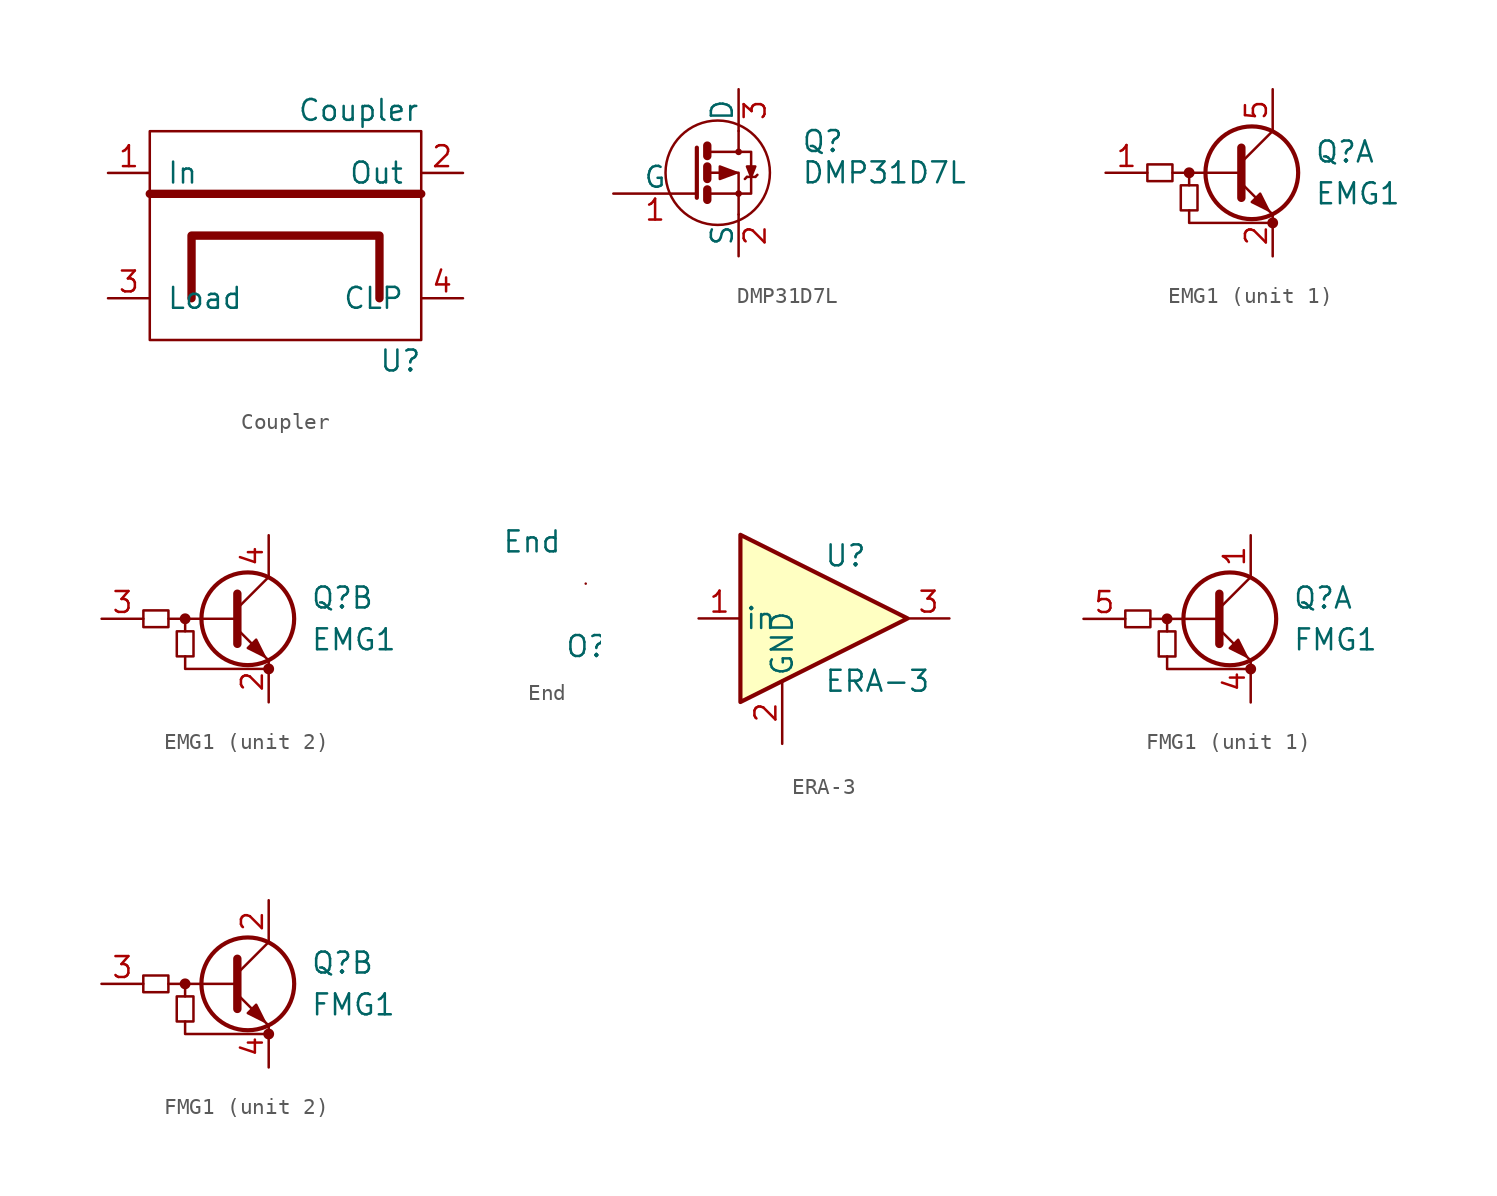
<source format=kicad_sym>
(kicad_symbol_lib
  (version 20211014)
  (generator kicad_symbol_editor)
  (symbol "Coupler"
    (pin_names
      (offset 1.016))
    (property "Reference" "U"
      (at 6.35 -7.62 0)
      (effects (font (size 1.27 1.27))))
    (property "Value" "Coupler"
      (at 3.81 7.62 0)
      (effects (font (size 1.27 1.27))))
    (symbol "Coupler_0_1"
      (rectangle (start -8.89 6.35) (end 7.62 -6.35) (stroke (width 0) (type default) (color 0 0 0 0)) (fill (type none)))
      (polyline (pts (xy -8.89 2.54) (xy 7.62 2.54)) (stroke (width 0.508) (type default) (color 0 0 0 0)) (fill (type outline)))
      (polyline (pts (xy -6.35 -3.81) (xy -6.35 0) (xy 5.08 0) (xy 5.08 -3.81)) (stroke (width 0.508) (type default) (color 0 0 0 0)) (fill (type none))))
    (symbol "Coupler_1_1"
      (pin input line (at -11.43 3.81 0) (length 2.54) (name "In" (effects (font (size 1.27 1.27)))) (number "1" (effects (font (size 1.27 1.27)))))
      (pin input line (at 10.16 3.81 180) (length 2.54) (name "Out" (effects (font (size 1.27 1.27)))) (number "2" (effects (font (size 1.27 1.27)))))
      (pin input line (at -11.43 -3.81 0) (length 2.54) (name "Load" (effects (font (size 1.27 1.27)))) (number "3" (effects (font (size 1.27 1.27)))))
      (pin input line (at 10.16 -3.81 180) (length 2.54) (name "CLP" (effects (font (size 1.27 1.27)))) (number "4" (effects (font (size 1.27 1.27)))))))
  (symbol "DMP31D7L"
    (pin_names
      (offset 0))
    (property "Reference" "Q"
      (at 6.35 1.905 0)
      (effects (font (size 1.27 1.27)) (justify left)))
    (property "Value" "DMP31D7L"
      (at 6.35 0 0)
      (effects (font (size 1.27 1.27)) (justify left)))
    (symbol "DMP31D7L_0_1"
      (polyline (pts (xy 0.635 -1.016) (xy 0.635 -1.651)) (stroke (width 0.508) (type default) (color 0 0 0 0)) (fill (type none)))
      (polyline (pts (xy 0.635 0.381) (xy 0.635 -0.381)) (stroke (width 0.508) (type default) (color 0 0 0 0)) (fill (type none)))
      (polyline (pts (xy 0.635 1.651) (xy 0.635 1.016)) (stroke (width 0.508) (type default) (color 0 0 0 0)) (fill (type none)))
      (polyline (pts (xy 3.048 -0.254) (xy 2.921 -0.381)) (stroke (width 0) (type default) (color 0 0 0 0)) (fill (type none)))
      (polyline (pts (xy 3.556 -0.254) (xy 3.048 -0.254)) (stroke (width 0) (type default) (color 0 0 0 0)) (fill (type none)))
      (polyline (pts (xy 3.556 -0.254) (xy 3.683 -0.127)) (stroke (width 0) (type default) (color 0 0 0 0)) (fill (type none)))
      (polyline (pts (xy 0 1.524) (xy 0 -1.524) (xy 0 -1.524)) (stroke (width 0.254) (type default) (color 0 0 0 0)) (fill (type none)))
      (polyline (pts (xy 0.762 -1.27) (xy 2.54 -1.27) (xy 2.54 -2.54) (xy 2.54 -2.54)) (stroke (width 0) (type default) (color 0 0 0 0)) (fill (type none)))
      (polyline (pts (xy 0.762 0) (xy 2.54 0) (xy 2.54 -1.27) (xy 2.54 -1.27)) (stroke (width 0) (type default) (color 0 0 0 0)) (fill (type none)))
      (polyline (pts (xy 0.762 1.27) (xy 2.54 1.27) (xy 2.54 2.54) (xy 2.54 2.54)) (stroke (width 0) (type default) (color 0 0 0 0)) (fill (type none)))
      (polyline (pts (xy 1.397 0.381) (xy 1.397 -0.381) (xy 2.413 0) (xy 1.397 0.381)) (stroke (width 0) (type default) (color 0 0 0 0)) (fill (type outline)))
      (polyline (pts (xy 2.54 1.27) (xy 3.302 1.27) (xy 3.302 -1.27) (xy 2.54 -1.27)) (stroke (width 0) (type default) (color 0 0 0 0)) (fill (type none)))
      (polyline (pts (xy 3.302 -0.254) (xy 3.556 0.381) (xy 3.048 0.381) (xy 3.302 -0.254)) (stroke (width 0) (type default) (color 0 0 0 0)) (fill (type outline)))
      (circle (center 1.27 0) (radius 3.175) (stroke (width 0) (type default) (color 0 0 0 0)) (fill (type none)))
      (circle (center 2.54 -1.27) (radius 0.127) (stroke (width 0) (type default) (color 0 0 0 0)) (fill (type none)))
      (circle (center 2.54 1.27) (radius 0.127) (stroke (width 0) (type default) (color 0 0 0 0)) (fill (type none))))
    (symbol "DMP31D7L_1_1"
      (pin input line (at -5.08 -1.27 0) (length 5.08) (name "G" (effects (font (size 1.27 1.27)))) (number "1" (effects (font (size 1.27 1.27)))))
      (pin passive line (at 2.54 -5.08 90) (length 2.54) (name "S" (effects (font (size 1.27 1.27)))) (number "2" (effects (font (size 1.27 1.27)))))
      (pin passive line (at 2.54 5.08 270) (length 2.54) (name "D" (effects (font (size 1.27 1.27)))) (number "3" (effects (font (size 1.27 1.27)))))))
  (symbol "EMG1"
    (pin_names hide)
    (property "Reference" "Q"
      (at 3.81 1.27 0)
      (effects (font (size 1.27 1.27)) (justify left)))
    (property "Value" "EMG1"
      (at 3.81 -1.27 0)
      (effects (font (size 1.27 1.27)) (justify left)))
    (symbol "EMG1_0_1"
      (rectangle (start -6.35 0.508) (end -4.826 -0.508) (stroke (width 0) (type default) (color 0 0 0 0)) (fill (type none)))
      (rectangle (start -4.318 -2.286) (end -3.302 -0.762) (stroke (width 0) (type default) (color 0 0 0 0)) (fill (type none)))
      (circle (center -3.81 0) (radius 0.254) (stroke (width 0) (type default) (color 0 0 0 0)) (fill (type outline)))
      (polyline (pts (xy -3.81 -0.762) (xy -3.81 0)) (stroke (width 0) (type default) (color 0 0 0 0)) (fill (type none)))
      (polyline (pts (xy -0.762 0) (xy -4.826 0)) (stroke (width 0) (type default) (color 0 0 0 0)) (fill (type none)))
      (polyline (pts (xy -0.635 1.524) (xy -0.635 -1.524)) (stroke (width 0.508) (type default) (color 0 0 0 0)) (fill (type none)))
      (polyline (pts (xy -3.81 -2.286) (xy -3.81 -3.048) (xy 1.27 -3.048)) (stroke (width 0) (type default) (color 0 0 0 0)) (fill (type none)))
      (circle (center 1.27 -3.048) (radius 0.254) (stroke (width 0) (type default) (color 0 0 0 0)) (fill (type outline))))
    (symbol "EMG1_1_1"
      (polyline (pts (xy -0.635 0.635) (xy 1.27 2.54)) (stroke (width 0) (type default) (color 0 0 0 0)) (fill (type none)))
      (polyline (pts (xy -0.635 -0.635) (xy 1.27 -2.54) (xy 1.27 -2.54)) (stroke (width 0) (type default) (color 0 0 0 0)) (fill (type none)))
      (polyline (pts (xy 0 -1.778) (xy 0.508 -1.27) (xy 1.016 -2.286) (xy 0 -1.778) (xy 0 -1.778)) (stroke (width 0) (type default) (color 0 0 0 0)) (fill (type outline)))
      (circle (center 0 0) (radius 2.819) (stroke (width 0.254) (type default) (color 0 0 0 0)) (fill (type none)))
      (pin input line (at -8.89 0 0) (length 2.54) (name "B1" (effects (font (size 1.27 1.27)))) (number "1" (effects (font (size 1.27 1.27)))))
      (pin passive line (at 1.27 -5.08 90) (length 2.54) (name "E1" (effects (font (size 1.27 1.27)))) (number "2" (effects (font (size 1.27 1.27)))))
      (pin passive line (at 1.27 5.08 270) (length 2.54) (name "C1" (effects (font (size 1.27 1.27)))) (number "5" (effects (font (size 1.27 1.27))))))
    (symbol "EMG1_2_1"
      (polyline (pts (xy -0.635 0.635) (xy 1.27 2.54)) (stroke (width 0) (type default) (color 0 0 0 0)) (fill (type none)))
      (polyline (pts (xy -0.635 -0.635) (xy 1.27 -2.54) (xy 1.27 -2.54)) (stroke (width 0) (type default) (color 0 0 0 0)) (fill (type none)))
      (polyline (pts (xy 0 -1.778) (xy 0.508 -1.27) (xy 1.016 -2.286) (xy 0 -1.778) (xy 0 -1.778)) (stroke (width 0) (type default) (color 0 0 0 0)) (fill (type outline)))
      (circle (center 0 0) (radius 2.819) (stroke (width 0.254) (type default) (color 0 0 0 0)) (fill (type none)))
      (pin passive line (at 1.27 -5.08 90) (length 2.54) (name "E1" (effects (font (size 1.27 1.27)))) (number "2" (effects (font (size 1.27 1.27)))))
      (pin input line (at -8.89 0 0) (length 2.54) (name "B1" (effects (font (size 1.27 1.27)))) (number "3" (effects (font (size 1.27 1.27)))))
      (pin passive line (at 1.27 5.08 270) (length 2.54) (name "C1" (effects (font (size 1.27 1.27)))) (number "4" (effects (font (size 1.27 1.27)))))))
  (symbol "End"
    (pin_numbers hide)
    (pin_names
      (offset 0) hide)
    (property "Reference" "O"
      (at -1.27 -3.81 0)
      (effects (font (size 1.27 1.27)) (justify left)))
    (property "Value" "End"
      (at -5.08 2.54 0)
      (effects (font (size 1.27 1.27)) (justify left)))
    (symbol "End_1_1"
      (pin passive line (at 0 0 180) (length 0) (name "+" (effects (font (size 1.27 1.27)))) (number "1" (effects (font (size 1.27 1.27)))))))
  (symbol "ERA-3"
    (pin_names
      (offset 0.254))
    (property "Reference" "U"
      (at 0 3.81 0)
      (effects (font (size 1.27 1.27)) (justify left)))
    (property "Value" "ERA-3"
      (at 0 -3.81 0)
      (effects (font (size 1.27 1.27)) (justify left)))
    (symbol "ERA-3_0_1"
      (polyline (pts (xy -5.08 5.08) (xy 5.08 0) (xy -5.08 -5.08) (xy -5.08 5.08)) (stroke (width 0.254) (type default) (color 0 0 0 0)) (fill (type background)))
      (pin power_in line (at -2.54 -7.62 90) (length 3.81) (name "GND" (effects (font (size 1.27 1.27)))) (number "2" (effects (font (size 1.27 1.27))))))
    (symbol "ERA-3_1_1"
      (pin input line (at -7.62 0 0) (length 2.54) (name "in" (effects (font (size 1.27 1.27)))) (number "1" (effects (font (size 1.27 1.27)))))
      (pin output line (at 7.62 0 180) (length 2.54) (name "~" (effects (font (size 1.27 1.27)))) (number "3" (effects (font (size 1.27 1.27)))))))
  (symbol "FMG1"
    (pin_names hide)
    (property "Reference" "Q"
      (at 3.81 1.27 0)
      (effects (font (size 1.27 1.27)) (justify left)))
    (property "Value" "FMG1"
      (at 3.81 -1.27 0)
      (effects (font (size 1.27 1.27)) (justify left)))
    (symbol "FMG1_0_1"
      (rectangle (start -6.35 0.508) (end -4.826 -0.508) (stroke (width 0) (type default) (color 0 0 0 0)) (fill (type none)))
      (rectangle (start -4.318 -2.286) (end -3.302 -0.762) (stroke (width 0) (type default) (color 0 0 0 0)) (fill (type none)))
      (circle (center -3.81 0) (radius 0.254) (stroke (width 0) (type default) (color 0 0 0 0)) (fill (type outline)))
      (polyline (pts (xy -3.81 -0.762) (xy -3.81 0)) (stroke (width 0) (type default) (color 0 0 0 0)) (fill (type none)))
      (polyline (pts (xy -0.762 0) (xy -4.826 0)) (stroke (width 0) (type default) (color 0 0 0 0)) (fill (type none)))
      (polyline (pts (xy -0.635 1.524) (xy -0.635 -1.524)) (stroke (width 0.508) (type default) (color 0 0 0 0)) (fill (type none)))
      (polyline (pts (xy -3.81 -2.286) (xy -3.81 -3.048) (xy 1.27 -3.048)) (stroke (width 0) (type default) (color 0 0 0 0)) (fill (type none)))
      (circle (center 1.27 -3.048) (radius 0.254) (stroke (width 0) (type default) (color 0 0 0 0)) (fill (type outline))))
    (symbol "FMG1_1_1"
      (polyline (pts (xy -0.635 0.635) (xy 1.27 2.54)) (stroke (width 0) (type default) (color 0 0 0 0)) (fill (type none)))
      (polyline (pts (xy -0.635 -0.635) (xy 1.27 -2.54) (xy 1.27 -2.54)) (stroke (width 0) (type default) (color 0 0 0 0)) (fill (type none)))
      (polyline (pts (xy 0 -1.778) (xy 0.508 -1.27) (xy 1.016 -2.286) (xy 0 -1.778) (xy 0 -1.778)) (stroke (width 0) (type default) (color 0 0 0 0)) (fill (type outline)))
      (circle (center 0 0) (radius 2.819) (stroke (width 0.254) (type default) (color 0 0 0 0)) (fill (type none)))
      (pin passive line (at 1.27 5.08 270) (length 2.54) (name "C1" (effects (font (size 1.27 1.27)))) (number "1" (effects (font (size 1.27 1.27)))))
      (pin passive line (at 1.27 -5.08 90) (length 2.54) (name "E1" (effects (font (size 1.27 1.27)))) (number "4" (effects (font (size 1.27 1.27)))))
      (pin input line (at -8.89 0 0) (length 2.54) (name "B1" (effects (font (size 1.27 1.27)))) (number "5" (effects (font (size 1.27 1.27))))))
    (symbol "FMG1_2_1"
      (polyline (pts (xy -0.635 0.635) (xy 1.27 2.54)) (stroke (width 0) (type default) (color 0 0 0 0)) (fill (type none)))
      (polyline (pts (xy -0.635 -0.635) (xy 1.27 -2.54) (xy 1.27 -2.54)) (stroke (width 0) (type default) (color 0 0 0 0)) (fill (type none)))
      (polyline (pts (xy 0 -1.778) (xy 0.508 -1.27) (xy 1.016 -2.286) (xy 0 -1.778) (xy 0 -1.778)) (stroke (width 0) (type default) (color 0 0 0 0)) (fill (type outline)))
      (circle (center 0 0) (radius 2.819) (stroke (width 0.254) (type default) (color 0 0 0 0)) (fill (type none)))
      (pin passive line (at 1.27 5.08 270) (length 2.54) (name "C1" (effects (font (size 1.27 1.27)))) (number "2" (effects (font (size 1.27 1.27)))))
      (pin input line (at -8.89 0 0) (length 2.54) (name "B1" (effects (font (size 1.27 1.27)))) (number "3" (effects (font (size 1.27 1.27)))))
      (pin passive line (at 1.27 -5.08 90) (length 2.54) (name "E1" (effects (font (size 1.27 1.27)))) (number "4" (effects (font (size 1.27 1.27))))))))
</source>
